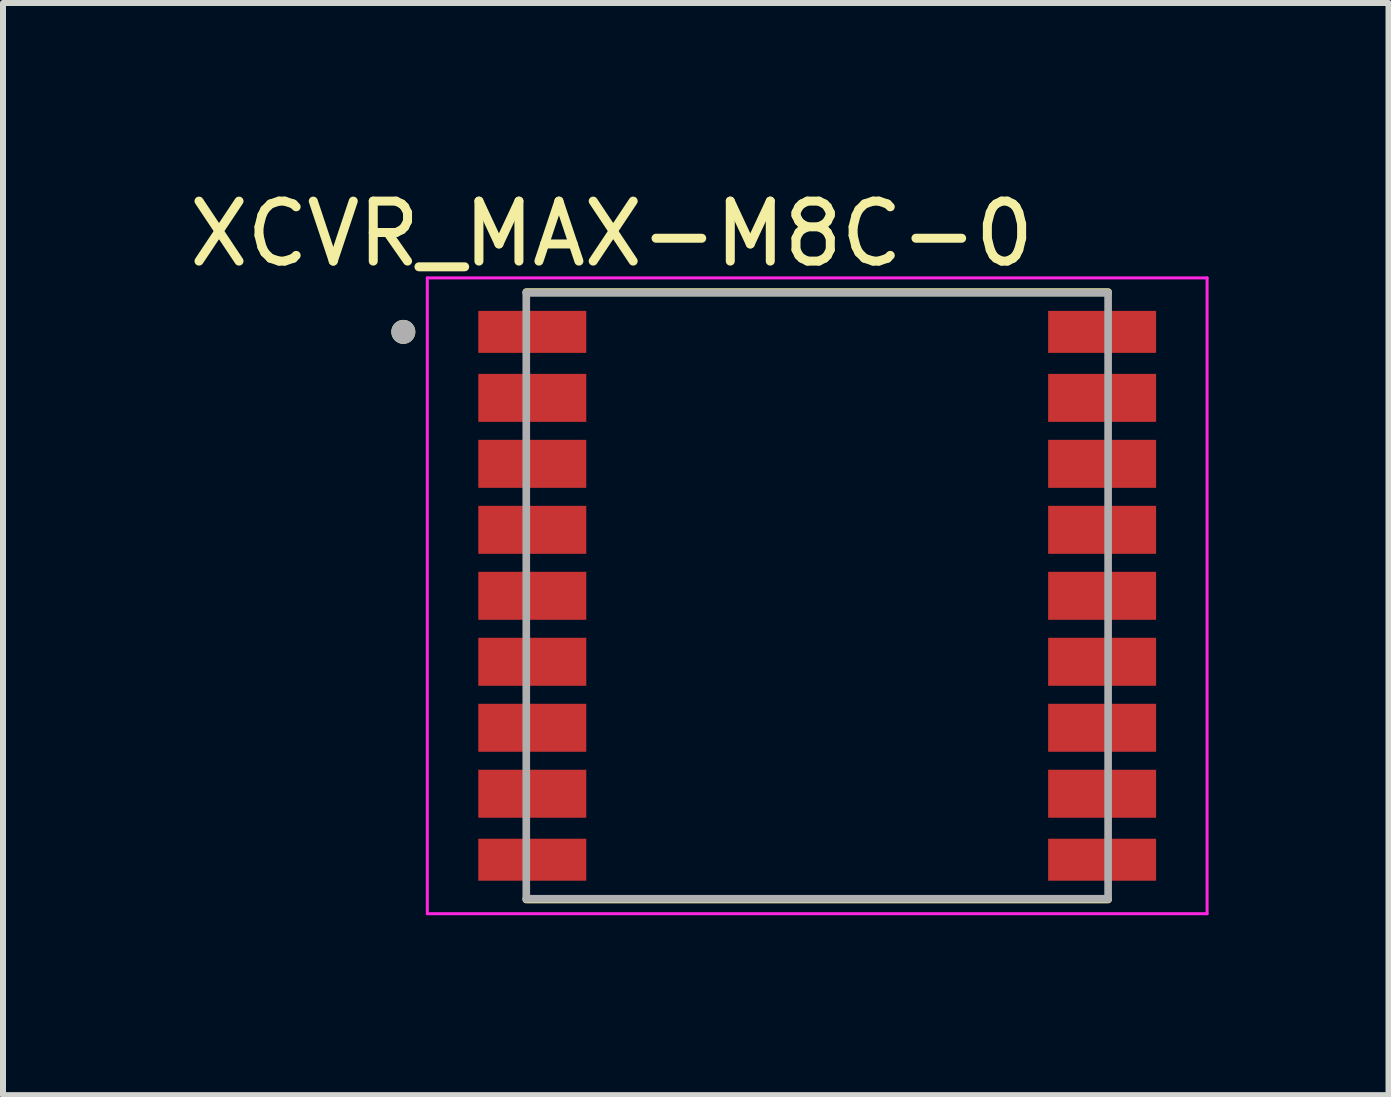
<source format=kicad_pcb>
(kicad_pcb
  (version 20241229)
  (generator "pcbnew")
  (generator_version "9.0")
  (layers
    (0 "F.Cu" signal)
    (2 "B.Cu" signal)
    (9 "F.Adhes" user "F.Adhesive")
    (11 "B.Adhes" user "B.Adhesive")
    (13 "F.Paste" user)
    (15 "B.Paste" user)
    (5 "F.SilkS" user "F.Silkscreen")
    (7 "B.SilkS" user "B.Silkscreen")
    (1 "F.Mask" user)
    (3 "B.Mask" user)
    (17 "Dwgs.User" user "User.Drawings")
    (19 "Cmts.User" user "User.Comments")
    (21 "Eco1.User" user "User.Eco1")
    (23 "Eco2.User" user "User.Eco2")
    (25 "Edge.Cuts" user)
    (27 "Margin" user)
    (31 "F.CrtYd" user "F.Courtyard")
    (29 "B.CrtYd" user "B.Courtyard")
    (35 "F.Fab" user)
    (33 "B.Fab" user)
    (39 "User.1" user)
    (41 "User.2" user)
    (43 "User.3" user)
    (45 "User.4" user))
  (footprint "XCVR_MAX-M8C-0"
    (layer "F.Cu")
    (at 10.574 6.883)
    (property "Reference" "XCVR_MAX-M8C-0" (at -3.425 -6.035 0) (layer "F.SilkS") (effects (font (size 1 1) (thickness 0.15))))
    (attr smd)
    (fp_poly (pts (xy -5.65 -4.75) (xy -3.85 -4.75) (xy -3.85 -4.05) (xy -5.65 -4.05)) (stroke (width 0.01) (type solid)) (fill yes) (layer "F.Mask"))
    (fp_poly (pts (xy -5.65 -3.7) (xy -3.85 -3.7) (xy -3.85 -2.9) (xy -5.65 -2.9)) (stroke (width 0.01) (type solid)) (fill yes) (layer "F.Mask"))
    (fp_poly (pts (xy -5.65 -2.6) (xy -3.85 -2.6) (xy -3.85 -1.8) (xy -5.65 -1.8)) (stroke (width 0.01) (type solid)) (fill yes) (layer "F.Mask"))
    (fp_poly (pts (xy -5.65 -1.5) (xy -3.85 -1.5) (xy -3.85 -0.7) (xy -5.65 -0.7)) (stroke (width 0.01) (type solid)) (fill yes) (layer "F.Mask"))
    (fp_poly (pts (xy -5.65 -0.4) (xy -3.85 -0.4) (xy -3.85 0.4) (xy -5.65 0.4)) (stroke (width 0.01) (type solid)) (fill yes) (layer "F.Mask"))
    (fp_poly (pts (xy -5.65 0.7) (xy -3.85 0.7) (xy -3.85 1.5) (xy -5.65 1.5)) (stroke (width 0.01) (type solid)) (fill yes) (layer "F.Mask"))
    (fp_poly (pts (xy -5.65 1.8) (xy -3.85 1.8) (xy -3.85 2.6) (xy -5.65 2.6)) (stroke (width 0.01) (type solid)) (fill yes) (layer "F.Mask"))
    (fp_poly (pts (xy -5.65 2.9) (xy -3.85 2.9) (xy -3.85 3.7) (xy -5.65 3.7)) (stroke (width 0.01) (type solid)) (fill yes) (layer "F.Mask"))
    (fp_poly (pts (xy -5.65 4.05) (xy -3.85 4.05) (xy -3.85 4.75) (xy -5.65 4.75)) (stroke (width 0.01) (type solid)) (fill yes) (layer "F.Mask"))
    (fp_poly (pts (xy 3.85 -4.75) (xy 5.65 -4.75) (xy 5.65 -4.05) (xy 3.85 -4.05)) (stroke (width 0.01) (type solid)) (fill yes) (layer "F.Mask"))
    (fp_poly (pts (xy 3.85 -3.7) (xy 5.65 -3.7) (xy 5.65 -2.9) (xy 3.85 -2.9)) (stroke (width 0.01) (type solid)) (fill yes) (layer "F.Mask"))
    (fp_poly (pts (xy 3.85 -2.6) (xy 5.65 -2.6) (xy 5.65 -1.8) (xy 3.85 -1.8)) (stroke (width 0.01) (type solid)) (fill yes) (layer "F.Mask"))
    (fp_poly (pts (xy 3.85 -1.5) (xy 5.65 -1.5) (xy 5.65 -0.7) (xy 3.85 -0.7)) (stroke (width 0.01) (type solid)) (fill yes) (layer "F.Mask"))
    (fp_poly (pts (xy 3.85 -0.4) (xy 5.65 -0.4) (xy 5.65 0.4) (xy 3.85 0.4)) (stroke (width 0.01) (type solid)) (fill yes) (layer "F.Mask"))
    (fp_poly (pts (xy 3.85 0.7) (xy 5.65 0.7) (xy 5.65 1.5) (xy 3.85 1.5)) (stroke (width 0.01) (type solid)) (fill yes) (layer "F.Mask"))
    (fp_poly (pts (xy 3.85 1.8) (xy 5.65 1.8) (xy 5.65 2.6) (xy 3.85 2.6)) (stroke (width 0.01) (type solid)) (fill yes) (layer "F.Mask"))
    (fp_poly (pts (xy 3.85 2.9) (xy 5.65 2.9) (xy 5.65 3.7) (xy 3.85 3.7)) (stroke (width 0.01) (type solid)) (fill yes) (layer "F.Mask"))
    (fp_poly (pts (xy 3.85 4.05) (xy 5.65 4.05) (xy 5.65 4.75) (xy 3.85 4.75)) (stroke (width 0.01) (type solid)) (fill yes) (layer "F.Mask"))
    (fp_line (start -4.85 -5.064) (end 4.85 -5.064) (stroke (width 0.127) (type solid)) (layer "F.SilkS"))
    (fp_line (start -4.85 5.064) (end 4.85 5.064) (stroke (width 0.127) (type solid)) (layer "F.SilkS"))
    (fp_circle (center -6.9 -4.4) (end -6.8 -4.4) (stroke (width 0.2) (type solid)) (fill no) (layer "F.SilkS"))
    (fp_poly (pts (xy -6.25 -4.75) (xy -4.85 -4.75) (xy -4.85 -4.65) (xy -3.95 -4.65) (xy -3.95 -4.15) (xy -4.85 -4.15) (xy -4.85 -4.05) (xy -6.25 -4.05)) (stroke (width 0.01) (type solid)) (fill yes) (layer "F.Paste"))
    (fp_poly (pts (xy -6.25 -3.7) (xy -4.85 -3.7) (xy -4.85 -3.6) (xy -3.95 -3.6) (xy -3.95 -3) (xy -4.85 -3) (xy -4.85 -2.9) (xy -6.25 -2.9)) (stroke (width 0.01) (type solid)) (fill yes) (layer "F.Paste"))
    (fp_poly (pts (xy -6.25 -2.6) (xy -4.85 -2.6) (xy -4.85 -2.5) (xy -3.95 -2.5) (xy -3.95 -1.9) (xy -4.85 -1.9) (xy -4.85 -1.8) (xy -6.25 -1.8)) (stroke (width 0.01) (type solid)) (fill yes) (layer "F.Paste"))
    (fp_poly (pts (xy -6.25 -1.5) (xy -4.85 -1.5) (xy -4.85 -1.4) (xy -3.95 -1.4) (xy -3.95 -0.8) (xy -4.85 -0.8) (xy -4.85 -0.7) (xy -6.25 -0.7)) (stroke (width 0.01) (type solid)) (fill yes) (layer "F.Paste"))
    (fp_poly (pts (xy -6.25 -0.4) (xy -4.85 -0.4) (xy -4.85 -0.3) (xy -3.95 -0.3) (xy -3.95 0.3) (xy -4.85 0.3) (xy -4.85 0.4) (xy -6.25 0.4)) (stroke (width 0.01) (type solid)) (fill yes) (layer "F.Paste"))
    (fp_poly (pts (xy -6.25 0.7) (xy -4.85 0.7) (xy -4.85 0.8) (xy -3.95 0.8) (xy -3.95 1.4) (xy -4.85 1.4) (xy -4.85 1.5) (xy -6.25 1.5)) (stroke (width 0.01) (type solid)) (fill yes) (layer "F.Paste"))
    (fp_poly (pts (xy -6.25 1.8) (xy -4.85 1.8) (xy -4.85 1.9) (xy -3.95 1.9) (xy -3.95 2.5) (xy -4.85 2.5) (xy -4.85 2.6) (xy -6.25 2.6)) (stroke (width 0.01) (type solid)) (fill yes) (layer "F.Paste"))
    (fp_poly (pts (xy -6.25 2.9) (xy -4.85 2.9) (xy -4.85 3) (xy -3.95 3) (xy -3.95 3.6) (xy -4.85 3.6) (xy -4.85 3.7) (xy -6.25 3.7)) (stroke (width 0.01) (type solid)) (fill yes) (layer "F.Paste"))
    (fp_poly (pts (xy -6.25 4.05) (xy -4.85 4.05) (xy -4.85 4.15) (xy -3.95 4.15) (xy -3.95 4.65) (xy -4.85 4.65) (xy -4.85 4.75) (xy -6.25 4.75)) (stroke (width 0.01) (type solid)) (fill yes) (layer "F.Paste"))
    (fp_poly (pts (xy 6.25 -4.05) (xy 4.85 -4.05) (xy 4.85 -4.15) (xy 3.95 -4.15) (xy 3.95 -4.65) (xy 4.85 -4.65) (xy 4.85 -4.75) (xy 6.25 -4.75)) (stroke (width 0.01) (type solid)) (fill yes) (layer "F.Paste"))
    (fp_poly (pts (xy 6.25 -2.9) (xy 4.85 -2.9) (xy 4.85 -3) (xy 3.95 -3) (xy 3.95 -3.6) (xy 4.85 -3.6) (xy 4.85 -3.7) (xy 6.25 -3.7)) (stroke (width 0.01) (type solid)) (fill yes) (layer "F.Paste"))
    (fp_poly (pts (xy 6.25 -1.8) (xy 4.85 -1.8) (xy 4.85 -1.9) (xy 3.95 -1.9) (xy 3.95 -2.5) (xy 4.85 -2.5) (xy 4.85 -2.6) (xy 6.25 -2.6)) (stroke (width 0.01) (type solid)) (fill yes) (layer "F.Paste"))
    (fp_poly (pts (xy 6.25 -0.7) (xy 4.85 -0.7) (xy 4.85 -0.8) (xy 3.95 -0.8) (xy 3.95 -1.4) (xy 4.85 -1.4) (xy 4.85 -1.5) (xy 6.25 -1.5)) (stroke (width 0.01) (type solid)) (fill yes) (layer "F.Paste"))
    (fp_poly (pts (xy 6.25 0.4) (xy 4.85 0.4) (xy 4.85 0.3) (xy 3.95 0.3) (xy 3.95 -0.3) (xy 4.85 -0.3) (xy 4.85 -0.4) (xy 6.25 -0.4)) (stroke (width 0.01) (type solid)) (fill yes) (layer "F.Paste"))
    (fp_poly (pts (xy 6.25 1.5) (xy 4.85 1.5) (xy 4.85 1.4) (xy 3.95 1.4) (xy 3.95 0.8) (xy 4.85 0.8) (xy 4.85 0.7) (xy 6.25 0.7)) (stroke (width 0.01) (type solid)) (fill yes) (layer "F.Paste"))
    (fp_poly (pts (xy 6.25 2.6) (xy 4.85 2.6) (xy 4.85 2.5) (xy 3.95 2.5) (xy 3.95 1.9) (xy 4.85 1.9) (xy 4.85 1.8) (xy 6.25 1.8)) (stroke (width 0.01) (type solid)) (fill yes) (layer "F.Paste"))
    (fp_poly (pts (xy 6.25 3.7) (xy 4.85 3.7) (xy 4.85 3.6) (xy 3.95 3.6) (xy 3.95 3) (xy 4.85 3) (xy 4.85 2.9) (xy 6.25 2.9)) (stroke (width 0.01) (type solid)) (fill yes) (layer "F.Paste"))
    (fp_poly (pts (xy 6.25 4.75) (xy 4.85 4.75) (xy 4.85 4.65) (xy 3.95 4.65) (xy 3.95 4.15) (xy 4.85 4.15) (xy 4.85 4.05) (xy 6.25 4.05)) (stroke (width 0.01) (type solid)) (fill yes) (layer "F.Paste"))
    (fp_line (start -6.5 -5.3) (end 6.5 -5.3) (stroke (width 0.05) (type solid)) (layer "F.CrtYd"))
    (fp_line (start -6.5 5.3) (end -6.5 -5.3) (stroke (width 0.05) (type solid)) (layer "F.CrtYd"))
    (fp_line (start 6.5 -5.3) (end 6.5 5.3) (stroke (width 0.05) (type solid)) (layer "F.CrtYd"))
    (fp_line (start 6.5 5.3) (end -6.5 5.3) (stroke (width 0.05) (type solid)) (layer "F.CrtYd"))
    (fp_line (start -4.85 -5.05) (end 4.85 -5.05) (stroke (width 0.127) (type solid)) (layer "F.Fab"))
    (fp_line (start -4.85 5.05) (end -4.85 -5.05) (stroke (width 0.127) (type solid)) (layer "F.Fab"))
    (fp_line (start 4.85 -5.05) (end 4.85 5.05) (stroke (width 0.127) (type solid)) (layer "F.Fab"))
    (fp_line (start 4.85 5.05) (end -4.85 5.05) (stroke (width 0.127) (type solid)) (layer "F.Fab"))
    (fp_circle (center -6.9 -4.4) (end -6.8 -4.4) (stroke (width 0.2) (type solid)) (fill no) (layer "F.Fab"))
    (pad "1" smd rect (at -4.75 -4.4) (size 1.8 0.7) (layers "F.Cu"))
    (pad "2" smd rect (at -4.75 -3.3) (size 1.8 0.8) (layers "F.Cu"))
    (pad "3" smd rect (at -4.75 -2.2) (size 1.8 0.8) (layers "F.Cu"))
    (pad "4" smd rect (at -4.75 -1.1) (size 1.8 0.8) (layers "F.Cu"))
    (pad "5" smd rect (at -4.75 0) (size 1.8 0.8) (layers "F.Cu"))
    (pad "6" smd rect (at -4.75 1.1) (size 1.8 0.8) (layers "F.Cu"))
    (pad "7" smd rect (at -4.75 2.2) (size 1.8 0.8) (layers "F.Cu"))
    (pad "8" smd rect (at -4.75 3.3) (size 1.8 0.8) (layers "F.Cu"))
    (pad "9" smd rect (at -4.75 4.4) (size 1.8 0.7) (layers "F.Cu"))
    (pad "10" smd rect (at 4.75 4.4) (size 1.8 0.7) (layers "F.Cu"))
    (pad "11" smd rect (at 4.75 3.3) (size 1.8 0.8) (layers "F.Cu"))
    (pad "12" smd rect (at 4.75 2.2) (size 1.8 0.8) (layers "F.Cu"))
    (pad "13" smd rect (at 4.75 1.1) (size 1.8 0.8) (layers "F.Cu"))
    (pad "14" smd rect (at 4.75 0) (size 1.8 0.8) (layers "F.Cu"))
    (pad "15" smd rect (at 4.75 -1.1) (size 1.8 0.8) (layers "F.Cu"))
    (pad "16" smd rect (at 4.75 -2.2) (size 1.8 0.8) (layers "F.Cu"))
    (pad "17" smd rect (at 4.75 -3.3) (size 1.8 0.8) (layers "F.Cu"))
    (pad "18" smd rect (at 4.75 -4.4) (size 1.8 0.7) (layers "F.Cu")))
  (gr_rect
    (start -3 -3)
    (end 20.099 15.208)
    (stroke (width 0.1) (type default))
    (fill no)
    (layer "Edge.Cuts")))
</source>
